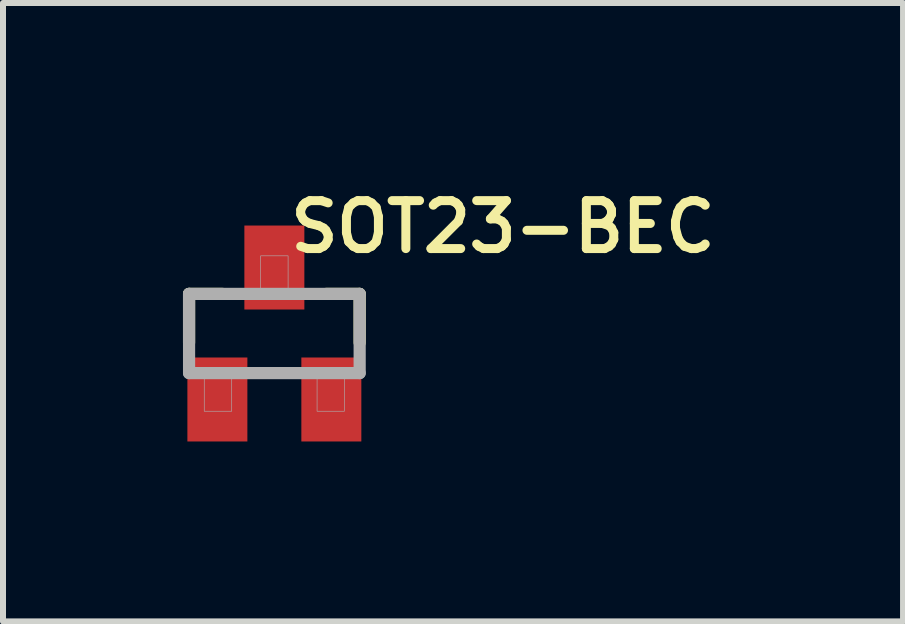
<source format=kicad_pcb>
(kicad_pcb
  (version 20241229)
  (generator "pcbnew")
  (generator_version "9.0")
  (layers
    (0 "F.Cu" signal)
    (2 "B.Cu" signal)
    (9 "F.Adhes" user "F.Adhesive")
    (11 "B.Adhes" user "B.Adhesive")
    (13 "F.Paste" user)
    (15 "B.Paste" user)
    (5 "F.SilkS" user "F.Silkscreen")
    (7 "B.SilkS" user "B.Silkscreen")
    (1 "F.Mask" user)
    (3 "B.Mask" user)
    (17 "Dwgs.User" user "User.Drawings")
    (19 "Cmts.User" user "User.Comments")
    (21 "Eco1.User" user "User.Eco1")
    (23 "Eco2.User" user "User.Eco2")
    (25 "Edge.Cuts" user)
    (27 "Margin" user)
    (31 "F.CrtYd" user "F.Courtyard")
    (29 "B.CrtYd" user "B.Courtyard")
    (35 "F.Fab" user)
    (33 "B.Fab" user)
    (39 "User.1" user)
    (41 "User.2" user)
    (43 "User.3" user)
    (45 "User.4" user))
  (footprint "SOT23-BEC"
    (layer "F.Cu")
    (at 1.524 2.51)
    (property "Reference" "SOT23-BEC" (at 3.811 -1.778 0) (layer "F.SilkS") (effects (font (size 0.8 0.8) (thickness 0.15))))
    (attr through_hole)
    (fp_line (start -1.422 -0.66) (end -0.864 -0.66) (stroke (width 0.203) (type solid)) (layer "F.SilkS"))
    (fp_line (start -1.422 0.152) (end -1.422 -0.66) (stroke (width 0.203) (type solid)) (layer "F.SilkS"))
    (fp_line (start 0.864 -0.66) (end 1.422 -0.66) (stroke (width 0.203) (type solid)) (layer "F.SilkS"))
    (fp_line (start 1.422 -0.66) (end 1.422 0.152) (stroke (width 0.203) (type solid)) (layer "F.SilkS"))
    (fp_line (start -1.422 -0.66) (end 1.422 -0.66) (stroke (width 0.203) (type solid)) (layer "F.Fab"))
    (fp_line (start -1.422 0.66) (end -1.422 -0.66) (stroke (width 0.203) (type solid)) (layer "F.Fab"))
    (fp_line (start 1.422 -0.66) (end 1.422 0.66) (stroke (width 0.203) (type solid)) (layer "F.Fab"))
    (fp_line (start 1.422 0.66) (end -1.422 0.66) (stroke (width 0.203) (type solid)) (layer "F.Fab"))
    (fp_poly (pts (xy -1.169 0.711) (xy -0.711 0.711) (xy -0.711 1.296) (xy -1.169 1.296)) (stroke (width 0.01) (type solid)) (fill no) (layer "F.Fab"))
    (fp_poly (pts (xy -0.229 -1.295) (xy 0.229 -1.295) (xy 0.229 -0.712) (xy -0.229 -0.712)) (stroke (width 0.01) (type solid)) (fill no) (layer "F.Fab"))
    (fp_poly (pts (xy 0.712 0.711) (xy 1.168 0.711) (xy 1.168 1.296) (xy 0.712 1.296)) (stroke (width 0.01) (type solid)) (fill no) (layer "F.Fab"))
    (pad "B" smd rect (at -0.95 1.1) (size 1 1.4) (layers "F.Cu" "F.Mask" "F.Paste"))
    (pad "C" smd rect (at 0 -1.1) (size 1 1.4) (layers "F.Cu" "F.Mask" "F.Paste"))
    (pad "E" smd rect (at 0.95 1.1) (size 1 1.4) (layers "F.Cu" "F.Mask" "F.Paste")))
  (gr_rect
    (start -3 -3)
    (end 12.005 7.31)
    (stroke (width 0.1) (type default))
    (fill no)
    (layer "Edge.Cuts")))
</source>
